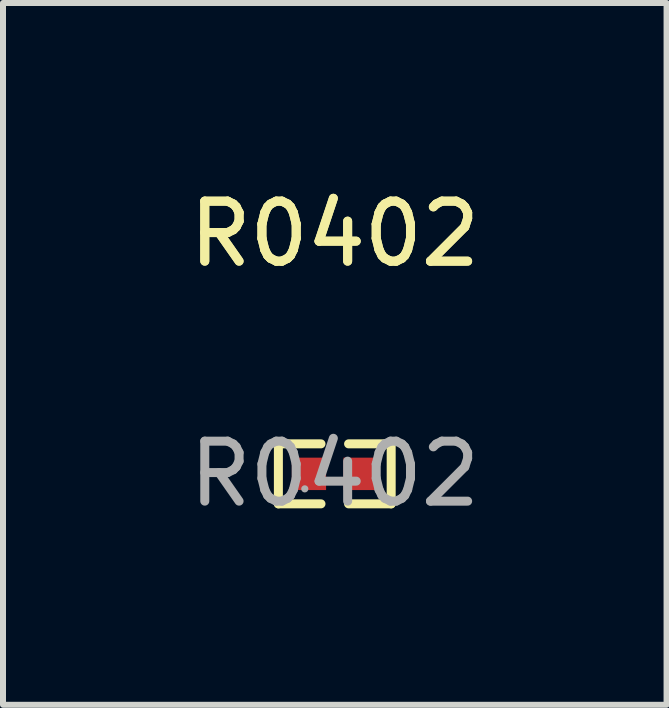
<source format=kicad_pcb>
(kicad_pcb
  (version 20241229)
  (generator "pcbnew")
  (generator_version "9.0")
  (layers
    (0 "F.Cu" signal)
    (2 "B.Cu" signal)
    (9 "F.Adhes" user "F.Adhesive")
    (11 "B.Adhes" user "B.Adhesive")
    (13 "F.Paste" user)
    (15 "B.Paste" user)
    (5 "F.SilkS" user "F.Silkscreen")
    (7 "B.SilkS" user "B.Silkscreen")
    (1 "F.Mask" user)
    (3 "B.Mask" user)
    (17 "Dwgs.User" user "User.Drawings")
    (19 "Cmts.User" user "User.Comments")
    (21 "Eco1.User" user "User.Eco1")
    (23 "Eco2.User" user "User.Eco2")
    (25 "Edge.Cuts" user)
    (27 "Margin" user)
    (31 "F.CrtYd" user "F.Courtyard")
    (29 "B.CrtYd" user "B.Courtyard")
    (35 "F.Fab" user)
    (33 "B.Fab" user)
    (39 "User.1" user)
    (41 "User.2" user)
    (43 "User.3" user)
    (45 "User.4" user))
  (footprint "R0402"
    (layer "F.Cu")
    (at 2.53 4.848)
    (property "Reference" "R0402" (at 0 -4 0) (layer "F.SilkS") (effects (font (size 1 1) (thickness 0.15))))
    (attr through_hole)
    (fp_line (start -0.94 -0.5) (end -0.23 -0.5) (stroke (width 0.15) (type solid)) (layer "F.SilkS"))
    (fp_line (start -0.94 0.5) (end -0.94 -0.5) (stroke (width 0.15) (type solid)) (layer "F.SilkS"))
    (fp_line (start -0.23 0.5) (end -0.94 0.5) (stroke (width 0.15) (type solid)) (layer "F.SilkS"))
    (fp_line (start 0.23 0.5) (end 0.94 0.5) (stroke (width 0.15) (type solid)) (layer "F.SilkS"))
    (fp_line (start 0.94 -0.5) (end 0.23 -0.5) (stroke (width 0.15) (type solid)) (layer "F.SilkS"))
    (fp_line (start 0.94 0.5) (end 0.94 -0.5) (stroke (width 0.15) (type solid)) (layer "F.SilkS"))
    (fp_circle (center -0.5 0.25) (end -0.47 0.25) (stroke (width 0.06) (type solid)) (fill no) (layer "F.Fab"))
    (fp_text user "${REFERENCE}" (at 0 -4 0) (layer "F.SilkS") (effects (font (size 1 1) (thickness 0.15))))
    (fp_text user "${REFERENCE}" (at 0 0 0) (layer "F.Fab") (effects (font (size 1 1) (thickness 0.15))))
    (pad "1" smd rect (at -0.43 0) (size 0.57 0.54) (layers "F.Cu" "F.Mask" "F.Paste"))
    (pad "2" smd rect (at 0.43 0) (size 0.57 0.54) (layers "F.Cu" "F.Mask" "F.Paste")))
  (gr_rect
    (start -3 -3)
    (end 8.06 8.697)
    (stroke (width 0.1) (type default))
    (fill no)
    (layer "Edge.Cuts")))
</source>
